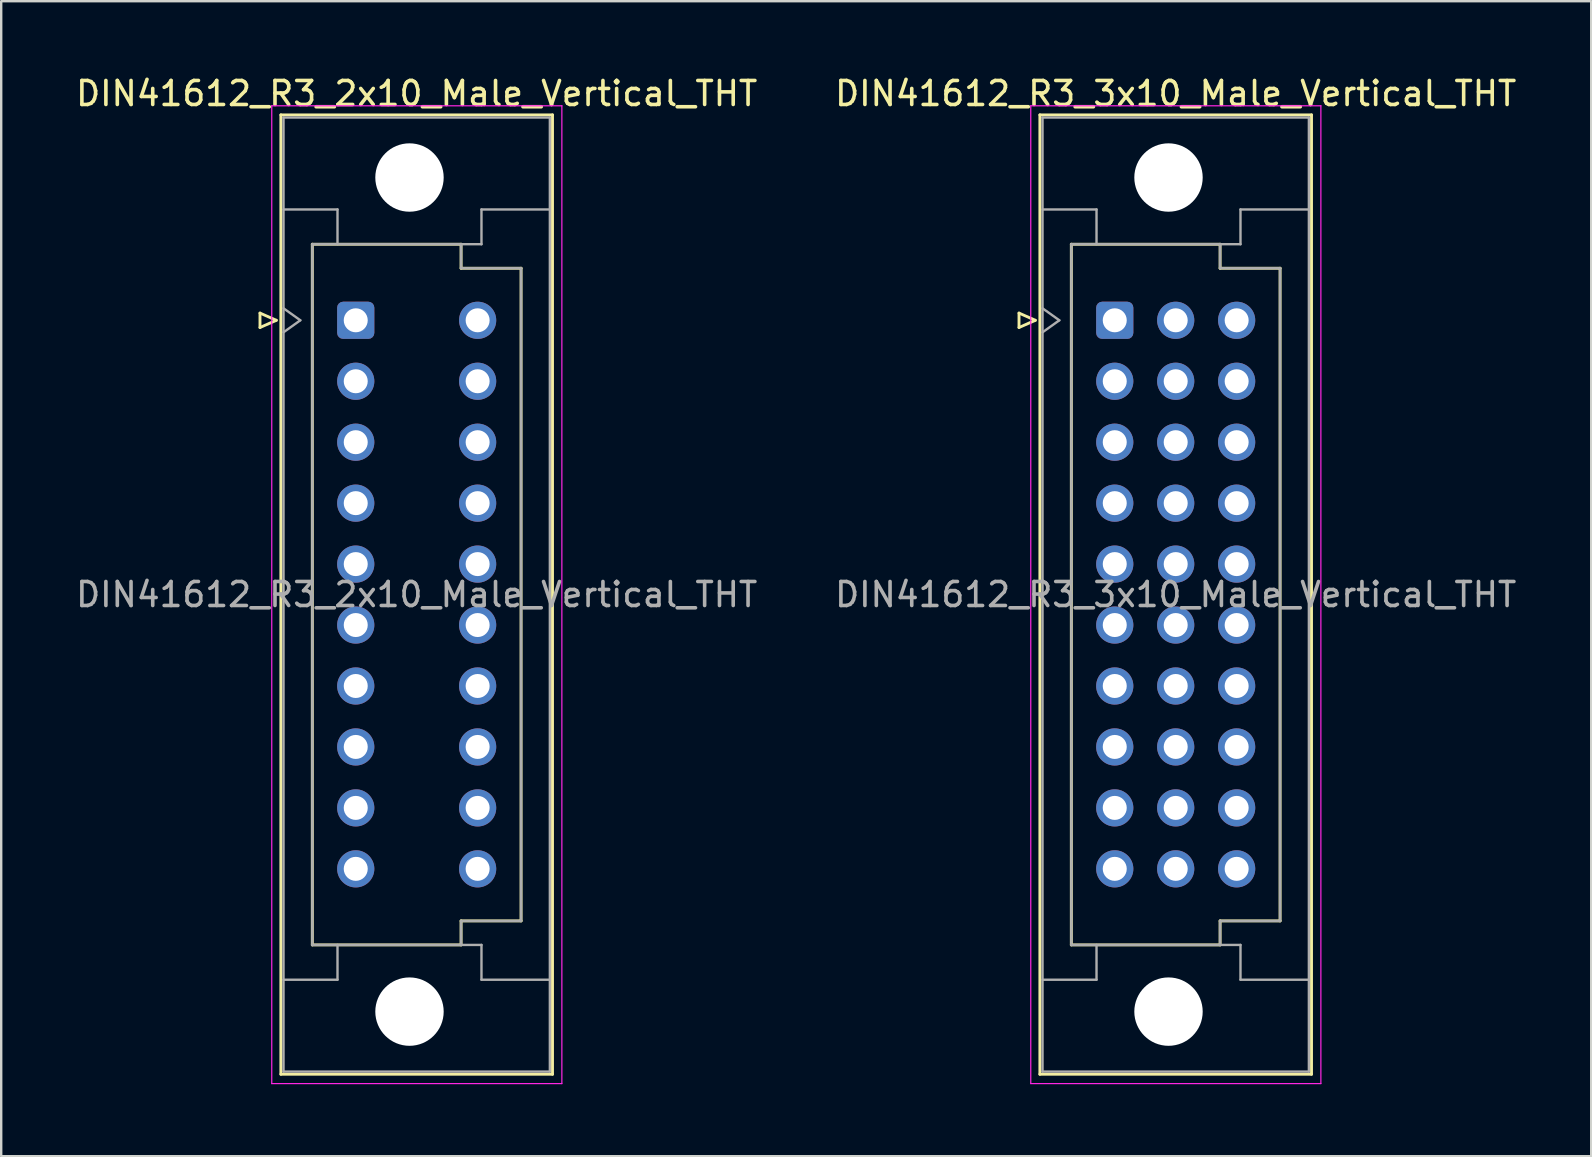
<source format=kicad_pcb>
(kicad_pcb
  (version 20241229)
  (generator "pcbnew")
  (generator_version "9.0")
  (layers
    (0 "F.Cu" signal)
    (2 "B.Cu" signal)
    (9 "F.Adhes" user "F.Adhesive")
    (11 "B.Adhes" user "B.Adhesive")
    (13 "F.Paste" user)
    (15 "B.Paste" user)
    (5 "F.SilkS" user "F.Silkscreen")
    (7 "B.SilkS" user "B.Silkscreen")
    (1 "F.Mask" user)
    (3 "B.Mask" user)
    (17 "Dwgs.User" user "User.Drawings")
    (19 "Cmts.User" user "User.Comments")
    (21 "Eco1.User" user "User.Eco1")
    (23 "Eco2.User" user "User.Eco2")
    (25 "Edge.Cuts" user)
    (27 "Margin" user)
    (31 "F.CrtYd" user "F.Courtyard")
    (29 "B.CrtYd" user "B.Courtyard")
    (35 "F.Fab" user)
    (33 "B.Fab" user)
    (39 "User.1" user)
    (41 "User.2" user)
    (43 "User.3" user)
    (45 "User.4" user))
  (footprint "DIN41612_R3_2x10_Male_Vertical_THT"
    (layer "F.Cu")
    (at 11.775 10.298)
    (property "Reference" "DIN41612_R3_2x10_Male_Vertical_THT" (at 2.54 -9.45 0) (layer "F.SilkS") (effects (font (size 1 1) (thickness 0.15))))
    (attr through_hole)
    (fp_line (start -3.99 -0.3) (end -3.99 0.3) (stroke (width 0.12) (type solid)) (layer "F.SilkS"))
    (fp_line (start -3.99 0.3) (end -3.31 0) (stroke (width 0.12) (type solid)) (layer "F.SilkS"))
    (fp_line (start -3.31 0) (end -3.99 -0.3) (stroke (width 0.12) (type solid)) (layer "F.SilkS"))
    (fp_line (start -3.12 -8.56) (end 8.2 -8.56) (stroke (width 0.12) (type solid)) (layer "F.SilkS"))
    (fp_line (start -3.12 31.42) (end -3.12 -8.56) (stroke (width 0.12) (type solid)) (layer "F.SilkS"))
    (fp_line (start -1.81 -3.17) (end 4.39 -3.17) (stroke (width 0.12) (type solid)) (layer "F.SilkS"))
    (fp_line (start -1.81 26.03) (end -1.81 -3.17) (stroke (width 0.12) (type solid)) (layer "F.SilkS"))
    (fp_line (start 4.39 -3.17) (end 4.39 -2.17) (stroke (width 0.12) (type solid)) (layer "F.SilkS"))
    (fp_line (start 4.39 -2.17) (end 6.89 -2.17) (stroke (width 0.12) (type solid)) (layer "F.SilkS"))
    (fp_line (start 4.39 25.03) (end 4.39 26.03) (stroke (width 0.12) (type solid)) (layer "F.SilkS"))
    (fp_line (start 4.39 26.03) (end -1.81 26.03) (stroke (width 0.12) (type solid)) (layer "F.SilkS"))
    (fp_line (start 6.89 -2.17) (end 6.89 25.03) (stroke (width 0.12) (type solid)) (layer "F.SilkS"))
    (fp_line (start 6.89 25.03) (end 4.39 25.03) (stroke (width 0.12) (type solid)) (layer "F.SilkS"))
    (fp_line (start 8.2 -8.56) (end 8.2 31.42) (stroke (width 0.12) (type solid)) (layer "F.SilkS"))
    (fp_line (start 8.2 31.42) (end -3.12 31.42) (stroke (width 0.12) (type solid)) (layer "F.SilkS"))
    (fp_line (start -3.5 -8.94) (end 8.59 -8.94) (stroke (width 0.05) (type solid)) (layer "F.CrtYd"))
    (fp_line (start -3.5 31.81) (end -3.5 -8.94) (stroke (width 0.05) (type solid)) (layer "F.CrtYd"))
    (fp_line (start 8.59 -8.94) (end 8.59 31.81) (stroke (width 0.05) (type solid)) (layer "F.CrtYd"))
    (fp_line (start 8.59 31.81) (end -3.5 31.81) (stroke (width 0.05) (type solid)) (layer "F.CrtYd"))
    (fp_line (start -3.01 -8.45) (end 8.09 -8.45) (stroke (width 0.1) (type solid)) (layer "F.Fab"))
    (fp_line (start -3.01 -4.62) (end -0.76 -4.62) (stroke (width 0.1) (type solid)) (layer "F.Fab"))
    (fp_line (start -3.01 -0.5) (end -2.31 0) (stroke (width 0.1) (type solid)) (layer "F.Fab"))
    (fp_line (start -3.01 27.48) (end -0.76 27.48) (stroke (width 0.1) (type solid)) (layer "F.Fab"))
    (fp_line (start -3.01 31.31) (end -3.01 -8.45) (stroke (width 0.1) (type solid)) (layer "F.Fab"))
    (fp_line (start -2.31 0) (end -3.01 0.5) (stroke (width 0.1) (type solid)) (layer "F.Fab"))
    (fp_line (start -1.81 -3.17) (end 4.39 -3.17) (stroke (width 0.1) (type solid)) (layer "F.Fab"))
    (fp_line (start -1.81 26.03) (end -1.81 -3.17) (stroke (width 0.1) (type solid)) (layer "F.Fab"))
    (fp_line (start -0.76 -4.62) (end -0.76 -3.17) (stroke (width 0.1) (type solid)) (layer "F.Fab"))
    (fp_line (start -0.76 27.48) (end -0.76 26.03) (stroke (width 0.1) (type solid)) (layer "F.Fab"))
    (fp_line (start 4.39 -3.17) (end 4.39 -2.17) (stroke (width 0.1) (type solid)) (layer "F.Fab"))
    (fp_line (start 4.39 -3.17) (end 5.24 -3.17) (stroke (width 0.1) (type solid)) (layer "F.Fab"))
    (fp_line (start 4.39 -2.17) (end 6.89 -2.17) (stroke (width 0.1) (type solid)) (layer "F.Fab"))
    (fp_line (start 4.39 25.03) (end 4.39 26.03) (stroke (width 0.1) (type solid)) (layer "F.Fab"))
    (fp_line (start 4.39 26.03) (end -1.81 26.03) (stroke (width 0.1) (type solid)) (layer "F.Fab"))
    (fp_line (start 4.39 26.03) (end 5.24 26.03) (stroke (width 0.1) (type solid)) (layer "F.Fab"))
    (fp_line (start 5.24 -4.62) (end 8.09 -4.62) (stroke (width 0.1) (type solid)) (layer "F.Fab"))
    (fp_line (start 5.24 -3.17) (end 5.24 -4.62) (stroke (width 0.1) (type solid)) (layer "F.Fab"))
    (fp_line (start 5.24 26.03) (end 5.24 27.48) (stroke (width 0.1) (type solid)) (layer "F.Fab"))
    (fp_line (start 5.24 27.48) (end 8.09 27.48) (stroke (width 0.1) (type solid)) (layer "F.Fab"))
    (fp_line (start 6.89 -2.17) (end 6.89 25.03) (stroke (width 0.1) (type solid)) (layer "F.Fab"))
    (fp_line (start 6.89 25.03) (end 4.39 25.03) (stroke (width 0.1) (type solid)) (layer "F.Fab"))
    (fp_line (start 8.09 -8.45) (end 8.09 31.31) (stroke (width 0.1) (type solid)) (layer "F.Fab"))
    (fp_line (start 8.09 31.31) (end -3.01 31.31) (stroke (width 0.1) (type solid)) (layer "F.Fab"))
    (fp_text user "${REFERENCE}" (at 2.54 11.43 0) (layer "F.Fab") (effects (font (size 1 1) (thickness 0.15))))
    (pad "" np_thru_hole circle (at 2.24 -5.95) (size 2.85 2.85) (drill 2.85) (layers "*.Cu" "*.Mask"))
    (pad "" np_thru_hole circle (at 2.24 28.81) (size 2.85 2.85) (drill 2.85) (layers "*.Cu" "*.Mask"))
    (pad "a1" thru_hole roundrect (at 0 0) (size 1.55 1.55) (drill 1) (layers "*.Cu" "*.Mask") (roundrect_rratio 0.161))
    (pad "a2" thru_hole circle (at 0 2.54) (size 1.55 1.55) (drill 1) (layers "*.Cu" "*.Mask"))
    (pad "a3" thru_hole circle (at 0 5.08) (size 1.55 1.55) (drill 1) (layers "*.Cu" "*.Mask"))
    (pad "a4" thru_hole circle (at 0 7.62) (size 1.55 1.55) (drill 1) (layers "*.Cu" "*.Mask"))
    (pad "a5" thru_hole circle (at 0 10.16) (size 1.55 1.55) (drill 1) (layers "*.Cu" "*.Mask"))
    (pad "a6" thru_hole circle (at 0 12.7) (size 1.55 1.55) (drill 1) (layers "*.Cu" "*.Mask"))
    (pad "a7" thru_hole circle (at 0 15.24) (size 1.55 1.55) (drill 1) (layers "*.Cu" "*.Mask"))
    (pad "a8" thru_hole circle (at 0 17.78) (size 1.55 1.55) (drill 1) (layers "*.Cu" "*.Mask"))
    (pad "a9" thru_hole circle (at 0 20.32) (size 1.55 1.55) (drill 1) (layers "*.Cu" "*.Mask"))
    (pad "a10" thru_hole circle (at 0 22.86) (size 1.55 1.55) (drill 1) (layers "*.Cu" "*.Mask"))
    (pad "c1" thru_hole circle (at 5.08 0) (size 1.55 1.55) (drill 1) (layers "*.Cu" "*.Mask"))
    (pad "c2" thru_hole circle (at 5.08 2.54) (size 1.55 1.55) (drill 1) (layers "*.Cu" "*.Mask"))
    (pad "c3" thru_hole circle (at 5.08 5.08) (size 1.55 1.55) (drill 1) (layers "*.Cu" "*.Mask"))
    (pad "c4" thru_hole circle (at 5.08 7.62) (size 1.55 1.55) (drill 1) (layers "*.Cu" "*.Mask"))
    (pad "c5" thru_hole circle (at 5.08 10.16) (size 1.55 1.55) (drill 1) (layers "*.Cu" "*.Mask"))
    (pad "c6" thru_hole circle (at 5.08 12.7) (size 1.55 1.55) (drill 1) (layers "*.Cu" "*.Mask"))
    (pad "c7" thru_hole circle (at 5.08 15.24) (size 1.55 1.55) (drill 1) (layers "*.Cu" "*.Mask"))
    (pad "c8" thru_hole circle (at 5.08 17.78) (size 1.55 1.55) (drill 1) (layers "*.Cu" "*.Mask"))
    (pad "c9" thru_hole circle (at 5.08 20.32) (size 1.55 1.55) (drill 1) (layers "*.Cu" "*.Mask"))
    (pad "c10" thru_hole circle (at 5.08 22.86) (size 1.55 1.55) (drill 1) (layers "*.Cu" "*.Mask")))
  (footprint "DIN41612_R3_3x10_Male_Vertical_THT"
    (layer "F.Cu")
    (at 43.406 10.298)
    (property "Reference" "DIN41612_R3_3x10_Male_Vertical_THT" (at 2.54 -9.45 0) (layer "F.SilkS") (effects (font (size 1 1) (thickness 0.15))))
    (attr through_hole)
    (fp_line (start -3.99 -0.3) (end -3.99 0.3) (stroke (width 0.12) (type solid)) (layer "F.SilkS"))
    (fp_line (start -3.99 0.3) (end -3.31 0) (stroke (width 0.12) (type solid)) (layer "F.SilkS"))
    (fp_line (start -3.31 0) (end -3.99 -0.3) (stroke (width 0.12) (type solid)) (layer "F.SilkS"))
    (fp_line (start -3.12 -8.56) (end 8.2 -8.56) (stroke (width 0.12) (type solid)) (layer "F.SilkS"))
    (fp_line (start -3.12 31.42) (end -3.12 -8.56) (stroke (width 0.12) (type solid)) (layer "F.SilkS"))
    (fp_line (start -1.81 -3.17) (end 4.39 -3.17) (stroke (width 0.12) (type solid)) (layer "F.SilkS"))
    (fp_line (start -1.81 26.03) (end -1.81 -3.17) (stroke (width 0.12) (type solid)) (layer "F.SilkS"))
    (fp_line (start 4.39 -3.17) (end 4.39 -2.17) (stroke (width 0.12) (type solid)) (layer "F.SilkS"))
    (fp_line (start 4.39 -2.17) (end 6.89 -2.17) (stroke (width 0.12) (type solid)) (layer "F.SilkS"))
    (fp_line (start 4.39 25.03) (end 4.39 26.03) (stroke (width 0.12) (type solid)) (layer "F.SilkS"))
    (fp_line (start 4.39 26.03) (end -1.81 26.03) (stroke (width 0.12) (type solid)) (layer "F.SilkS"))
    (fp_line (start 6.89 -2.17) (end 6.89 25.03) (stroke (width 0.12) (type solid)) (layer "F.SilkS"))
    (fp_line (start 6.89 25.03) (end 4.39 25.03) (stroke (width 0.12) (type solid)) (layer "F.SilkS"))
    (fp_line (start 8.2 -8.56) (end 8.2 31.42) (stroke (width 0.12) (type solid)) (layer "F.SilkS"))
    (fp_line (start 8.2 31.42) (end -3.12 31.42) (stroke (width 0.12) (type solid)) (layer "F.SilkS"))
    (fp_line (start -3.5 -8.94) (end 8.59 -8.94) (stroke (width 0.05) (type solid)) (layer "F.CrtYd"))
    (fp_line (start -3.5 31.81) (end -3.5 -8.94) (stroke (width 0.05) (type solid)) (layer "F.CrtYd"))
    (fp_line (start 8.59 -8.94) (end 8.59 31.81) (stroke (width 0.05) (type solid)) (layer "F.CrtYd"))
    (fp_line (start 8.59 31.81) (end -3.5 31.81) (stroke (width 0.05) (type solid)) (layer "F.CrtYd"))
    (fp_line (start -3.01 -8.45) (end 8.09 -8.45) (stroke (width 0.1) (type solid)) (layer "F.Fab"))
    (fp_line (start -3.01 -4.62) (end -0.76 -4.62) (stroke (width 0.1) (type solid)) (layer "F.Fab"))
    (fp_line (start -3.01 -0.5) (end -2.31 0) (stroke (width 0.1) (type solid)) (layer "F.Fab"))
    (fp_line (start -3.01 27.48) (end -0.76 27.48) (stroke (width 0.1) (type solid)) (layer "F.Fab"))
    (fp_line (start -3.01 31.31) (end -3.01 -8.45) (stroke (width 0.1) (type solid)) (layer "F.Fab"))
    (fp_line (start -2.31 0) (end -3.01 0.5) (stroke (width 0.1) (type solid)) (layer "F.Fab"))
    (fp_line (start -1.81 -3.17) (end 4.39 -3.17) (stroke (width 0.1) (type solid)) (layer "F.Fab"))
    (fp_line (start -1.81 26.03) (end -1.81 -3.17) (stroke (width 0.1) (type solid)) (layer "F.Fab"))
    (fp_line (start -0.76 -4.62) (end -0.76 -3.17) (stroke (width 0.1) (type solid)) (layer "F.Fab"))
    (fp_line (start -0.76 27.48) (end -0.76 26.03) (stroke (width 0.1) (type solid)) (layer "F.Fab"))
    (fp_line (start 4.39 -3.17) (end 4.39 -2.17) (stroke (width 0.1) (type solid)) (layer "F.Fab"))
    (fp_line (start 4.39 -3.17) (end 5.24 -3.17) (stroke (width 0.1) (type solid)) (layer "F.Fab"))
    (fp_line (start 4.39 -2.17) (end 6.89 -2.17) (stroke (width 0.1) (type solid)) (layer "F.Fab"))
    (fp_line (start 4.39 25.03) (end 4.39 26.03) (stroke (width 0.1) (type solid)) (layer "F.Fab"))
    (fp_line (start 4.39 26.03) (end -1.81 26.03) (stroke (width 0.1) (type solid)) (layer "F.Fab"))
    (fp_line (start 4.39 26.03) (end 5.24 26.03) (stroke (width 0.1) (type solid)) (layer "F.Fab"))
    (fp_line (start 5.24 -4.62) (end 8.09 -4.62) (stroke (width 0.1) (type solid)) (layer "F.Fab"))
    (fp_line (start 5.24 -3.17) (end 5.24 -4.62) (stroke (width 0.1) (type solid)) (layer "F.Fab"))
    (fp_line (start 5.24 26.03) (end 5.24 27.48) (stroke (width 0.1) (type solid)) (layer "F.Fab"))
    (fp_line (start 5.24 27.48) (end 8.09 27.48) (stroke (width 0.1) (type solid)) (layer "F.Fab"))
    (fp_line (start 6.89 -2.17) (end 6.89 25.03) (stroke (width 0.1) (type solid)) (layer "F.Fab"))
    (fp_line (start 6.89 25.03) (end 4.39 25.03) (stroke (width 0.1) (type solid)) (layer "F.Fab"))
    (fp_line (start 8.09 -8.45) (end 8.09 31.31) (stroke (width 0.1) (type solid)) (layer "F.Fab"))
    (fp_line (start 8.09 31.31) (end -3.01 31.31) (stroke (width 0.1) (type solid)) (layer "F.Fab"))
    (fp_text user "${REFERENCE}" (at 2.54 11.43 0) (layer "F.Fab") (effects (font (size 1 1) (thickness 0.15))))
    (pad "" np_thru_hole circle (at 2.24 -5.95) (size 2.85 2.85) (drill 2.85) (layers "*.Cu" "*.Mask"))
    (pad "" np_thru_hole circle (at 2.24 28.81) (size 2.85 2.85) (drill 2.85) (layers "*.Cu" "*.Mask"))
    (pad "a1" thru_hole roundrect (at 0 0) (size 1.55 1.55) (drill 1) (layers "*.Cu" "*.Mask") (roundrect_rratio 0.161))
    (pad "a2" thru_hole circle (at 0 2.54) (size 1.55 1.55) (drill 1) (layers "*.Cu" "*.Mask"))
    (pad "a3" thru_hole circle (at 0 5.08) (size 1.55 1.55) (drill 1) (layers "*.Cu" "*.Mask"))
    (pad "a4" thru_hole circle (at 0 7.62) (size 1.55 1.55) (drill 1) (layers "*.Cu" "*.Mask"))
    (pad "a5" thru_hole circle (at 0 10.16) (size 1.55 1.55) (drill 1) (layers "*.Cu" "*.Mask"))
    (pad "a6" thru_hole circle (at 0 12.7) (size 1.55 1.55) (drill 1) (layers "*.Cu" "*.Mask"))
    (pad "a7" thru_hole circle (at 0 15.24) (size 1.55 1.55) (drill 1) (layers "*.Cu" "*.Mask"))
    (pad "a8" thru_hole circle (at 0 17.78) (size 1.55 1.55) (drill 1) (layers "*.Cu" "*.Mask"))
    (pad "a9" thru_hole circle (at 0 20.32) (size 1.55 1.55) (drill 1) (layers "*.Cu" "*.Mask"))
    (pad "a10" thru_hole circle (at 0 22.86) (size 1.55 1.55) (drill 1) (layers "*.Cu" "*.Mask"))
    (pad "b1" thru_hole circle (at 2.54 0) (size 1.55 1.55) (drill 1) (layers "*.Cu" "*.Mask"))
    (pad "b2" thru_hole circle (at 2.54 2.54) (size 1.55 1.55) (drill 1) (layers "*.Cu" "*.Mask"))
    (pad "b3" thru_hole circle (at 2.54 5.08) (size 1.55 1.55) (drill 1) (layers "*.Cu" "*.Mask"))
    (pad "b4" thru_hole circle (at 2.54 7.62) (size 1.55 1.55) (drill 1) (layers "*.Cu" "*.Mask"))
    (pad "b5" thru_hole circle (at 2.54 10.16) (size 1.55 1.55) (drill 1) (layers "*.Cu" "*.Mask"))
    (pad "b6" thru_hole circle (at 2.54 12.7) (size 1.55 1.55) (drill 1) (layers "*.Cu" "*.Mask"))
    (pad "b7" thru_hole circle (at 2.54 15.24) (size 1.55 1.55) (drill 1) (layers "*.Cu" "*.Mask"))
    (pad "b8" thru_hole circle (at 2.54 17.78) (size 1.55 1.55) (drill 1) (layers "*.Cu" "*.Mask"))
    (pad "b9" thru_hole circle (at 2.54 20.32) (size 1.55 1.55) (drill 1) (layers "*.Cu" "*.Mask"))
    (pad "b10" thru_hole circle (at 2.54 22.86) (size 1.55 1.55) (drill 1) (layers "*.Cu" "*.Mask"))
    (pad "c1" thru_hole circle (at 5.08 0) (size 1.55 1.55) (drill 1) (layers "*.Cu" "*.Mask"))
    (pad "c2" thru_hole circle (at 5.08 2.54) (size 1.55 1.55) (drill 1) (layers "*.Cu" "*.Mask"))
    (pad "c3" thru_hole circle (at 5.08 5.08) (size 1.55 1.55) (drill 1) (layers "*.Cu" "*.Mask"))
    (pad "c4" thru_hole circle (at 5.08 7.62) (size 1.55 1.55) (drill 1) (layers "*.Cu" "*.Mask"))
    (pad "c5" thru_hole circle (at 5.08 10.16) (size 1.55 1.55) (drill 1) (layers "*.Cu" "*.Mask"))
    (pad "c6" thru_hole circle (at 5.08 12.7) (size 1.55 1.55) (drill 1) (layers "*.Cu" "*.Mask"))
    (pad "c7" thru_hole circle (at 5.08 15.24) (size 1.55 1.55) (drill 1) (layers "*.Cu" "*.Mask"))
    (pad "c8" thru_hole circle (at 5.08 17.78) (size 1.55 1.55) (drill 1) (layers "*.Cu" "*.Mask"))
    (pad "c9" thru_hole circle (at 5.08 20.32) (size 1.55 1.55) (drill 1) (layers "*.Cu" "*.Mask"))
    (pad "c10" thru_hole circle (at 5.08 22.86) (size 1.55 1.55) (drill 1) (layers "*.Cu" "*.Mask")))
  (gr_rect
    (start -3 -3)
    (end 63.262 45.133)
    (stroke (width 0.1) (type default))
    (fill no)
    (layer "Edge.Cuts")))
</source>
